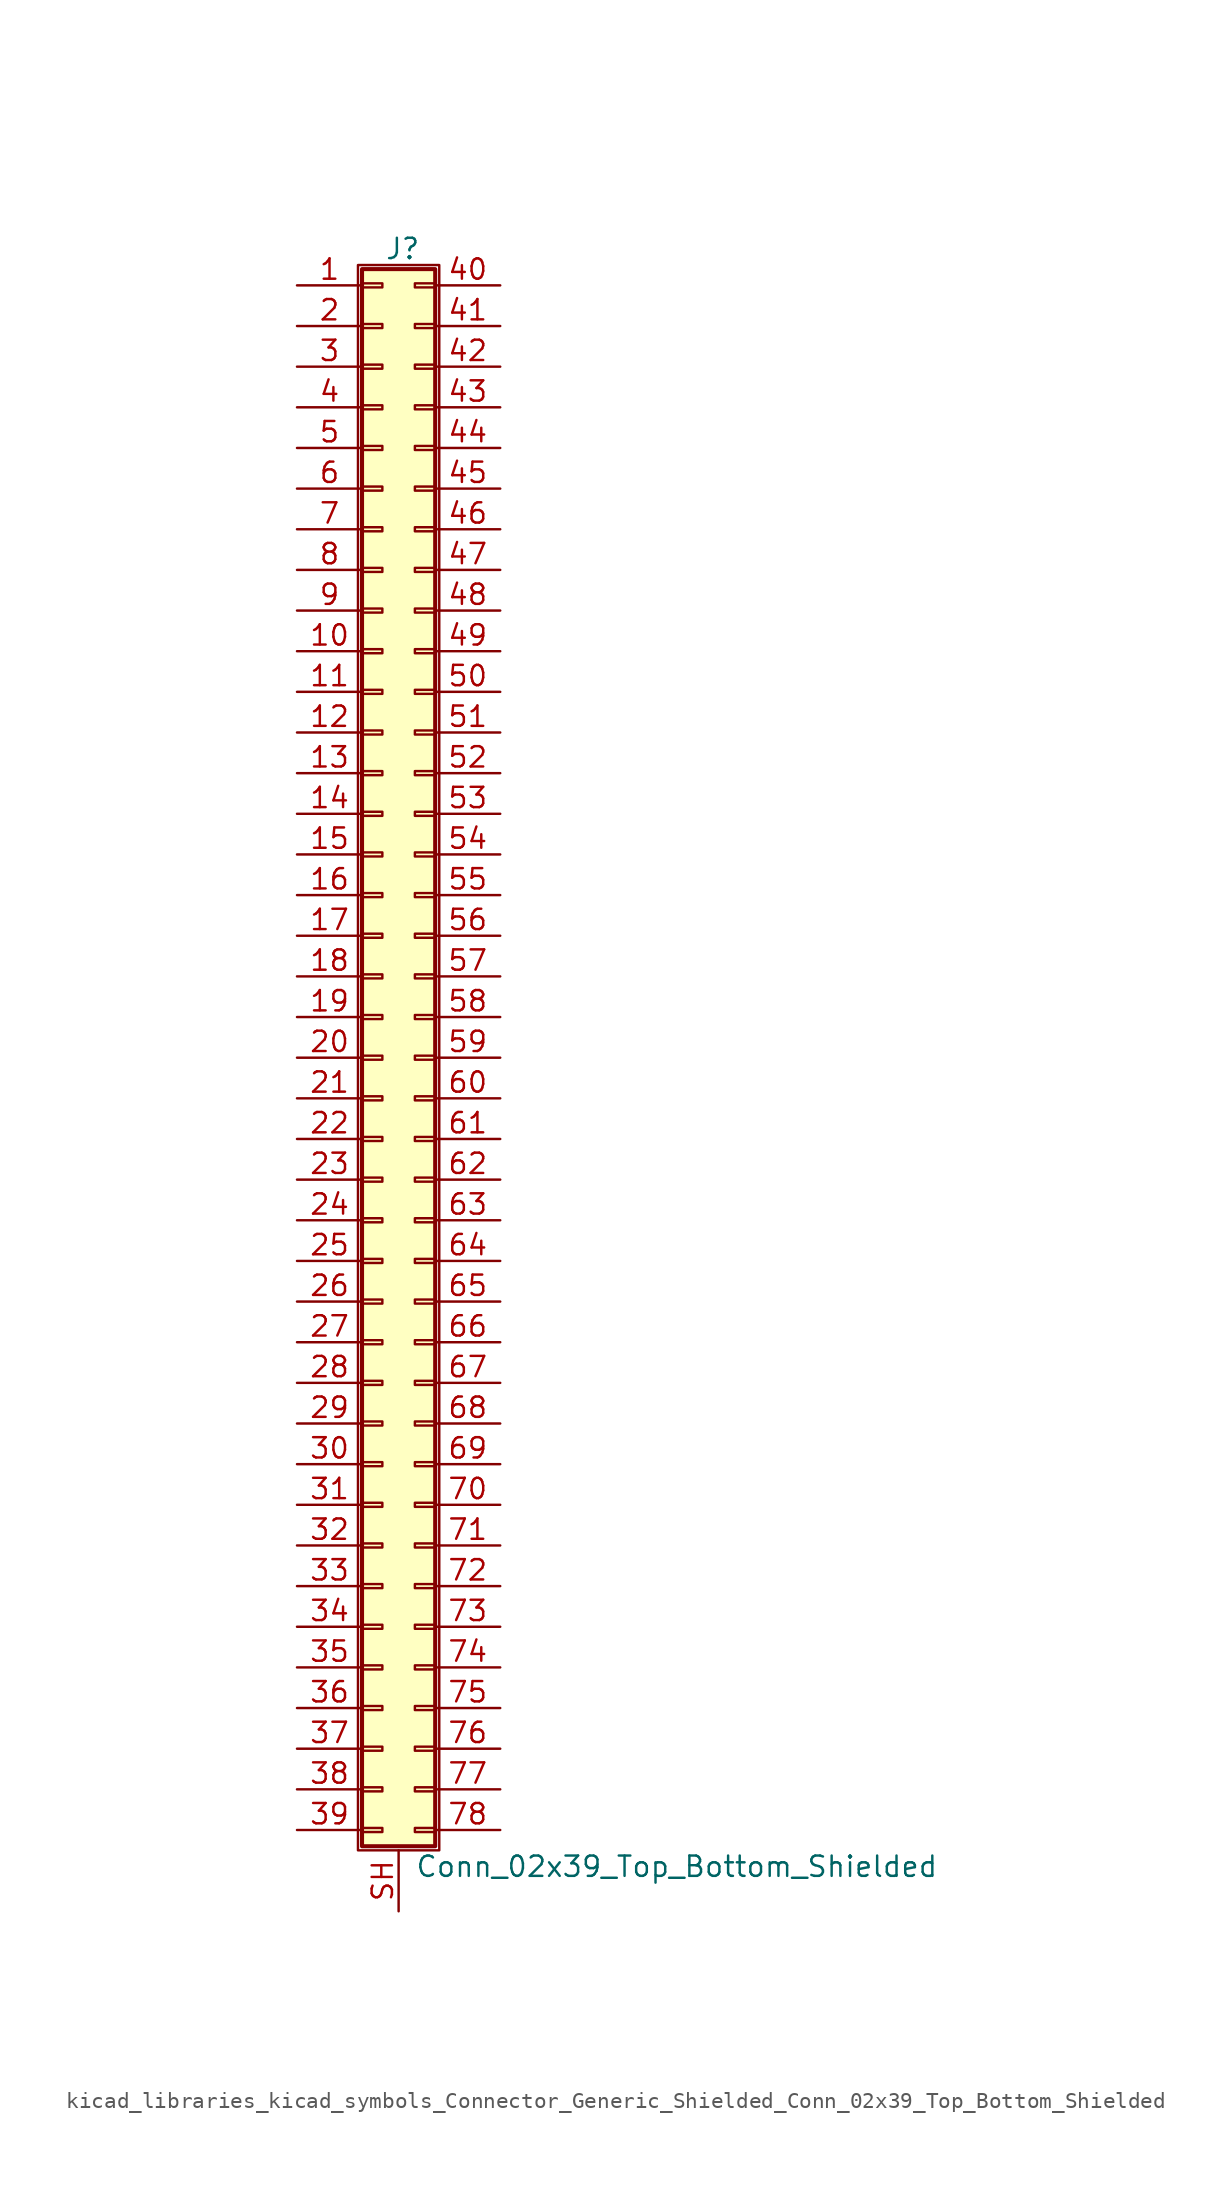
<source format=kicad_sym>
(kicad_symbol_lib
  (version 20220914)
  (generator kicad_symbol_editor)
  (symbol "kicad_libraries_kicad_symbols_Connector_Generic_Shielded_Conn_02x39_Top_Bottom_Shielded"
    (pin_names
      (offset 1.016) hide)
    (property "Reference" "J"
      (at 1.524 50.546 0)
      (effects (font (size 1.27 1.27))))
    (property "Value" "Conn_02x39_Top_Bottom_Shielded"
      (at 2.286 -50.546 0)
      (effects (font (size 1.27 1.27)) (justify left)))
    (symbol "kicad_libraries_kicad_symbols_Connector_Generic_Shielded_Conn_02x39_Top_Bottom_Shielded_1_1"
      (rectangle (start -1.27 49.53) (end 3.81 -49.53) (stroke (width 0.152) (type default)) (fill (type none)))
      (rectangle (start -1.016 -48.133) (end 0.254 -48.387) (stroke (width 0.152) (type default)) (fill (type none)))
      (rectangle (start -1.016 -45.593) (end 0.254 -45.847) (stroke (width 0.152) (type default)) (fill (type none)))
      (rectangle (start -1.016 -43.053) (end 0.254 -43.307) (stroke (width 0.152) (type default)) (fill (type none)))
      (rectangle (start -1.016 -40.513) (end 0.254 -40.767) (stroke (width 0.152) (type default)) (fill (type none)))
      (rectangle (start -1.016 -37.973) (end 0.254 -38.227) (stroke (width 0.152) (type default)) (fill (type none)))
      (rectangle (start -1.016 -35.433) (end 0.254 -35.687) (stroke (width 0.152) (type default)) (fill (type none)))
      (rectangle (start -1.016 -32.893) (end 0.254 -33.147) (stroke (width 0.152) (type default)) (fill (type none)))
      (rectangle (start -1.016 -30.353) (end 0.254 -30.607) (stroke (width 0.152) (type default)) (fill (type none)))
      (rectangle (start -1.016 -27.813) (end 0.254 -28.067) (stroke (width 0.152) (type default)) (fill (type none)))
      (rectangle (start -1.016 -25.273) (end 0.254 -25.527) (stroke (width 0.152) (type default)) (fill (type none)))
      (rectangle (start -1.016 -22.733) (end 0.254 -22.987) (stroke (width 0.152) (type default)) (fill (type none)))
      (rectangle (start -1.016 -20.193) (end 0.254 -20.447) (stroke (width 0.152) (type default)) (fill (type none)))
      (rectangle (start -1.016 -17.653) (end 0.254 -17.907) (stroke (width 0.152) (type default)) (fill (type none)))
      (rectangle (start -1.016 -15.113) (end 0.254 -15.367) (stroke (width 0.152) (type default)) (fill (type none)))
      (rectangle (start -1.016 -12.573) (end 0.254 -12.827) (stroke (width 0.152) (type default)) (fill (type none)))
      (rectangle (start -1.016 -10.033) (end 0.254 -10.287) (stroke (width 0.152) (type default)) (fill (type none)))
      (rectangle (start -1.016 -7.493) (end 0.254 -7.747) (stroke (width 0.152) (type default)) (fill (type none)))
      (rectangle (start -1.016 -4.953) (end 0.254 -5.207) (stroke (width 0.152) (type default)) (fill (type none)))
      (rectangle (start -1.016 -2.413) (end 0.254 -2.667) (stroke (width 0.152) (type default)) (fill (type none)))
      (rectangle (start -1.016 0.127) (end 0.254 -0.127) (stroke (width 0.152) (type default)) (fill (type none)))
      (rectangle (start -1.016 2.667) (end 0.254 2.413) (stroke (width 0.152) (type default)) (fill (type none)))
      (rectangle (start -1.016 5.207) (end 0.254 4.953) (stroke (width 0.152) (type default)) (fill (type none)))
      (rectangle (start -1.016 7.747) (end 0.254 7.493) (stroke (width 0.152) (type default)) (fill (type none)))
      (rectangle (start -1.016 10.287) (end 0.254 10.033) (stroke (width 0.152) (type default)) (fill (type none)))
      (rectangle (start -1.016 12.827) (end 0.254 12.573) (stroke (width 0.152) (type default)) (fill (type none)))
      (rectangle (start -1.016 15.367) (end 0.254 15.113) (stroke (width 0.152) (type default)) (fill (type none)))
      (rectangle (start -1.016 17.907) (end 0.254 17.653) (stroke (width 0.152) (type default)) (fill (type none)))
      (rectangle (start -1.016 20.447) (end 0.254 20.193) (stroke (width 0.152) (type default)) (fill (type none)))
      (rectangle (start -1.016 22.987) (end 0.254 22.733) (stroke (width 0.152) (type default)) (fill (type none)))
      (rectangle (start -1.016 25.527) (end 0.254 25.273) (stroke (width 0.152) (type default)) (fill (type none)))
      (rectangle (start -1.016 28.067) (end 0.254 27.813) (stroke (width 0.152) (type default)) (fill (type none)))
      (rectangle (start -1.016 30.607) (end 0.254 30.353) (stroke (width 0.152) (type default)) (fill (type none)))
      (rectangle (start -1.016 33.147) (end 0.254 32.893) (stroke (width 0.152) (type default)) (fill (type none)))
      (rectangle (start -1.016 35.687) (end 0.254 35.433) (stroke (width 0.152) (type default)) (fill (type none)))
      (rectangle (start -1.016 38.227) (end 0.254 37.973) (stroke (width 0.152) (type default)) (fill (type none)))
      (rectangle (start -1.016 40.767) (end 0.254 40.513) (stroke (width 0.152) (type default)) (fill (type none)))
      (rectangle (start -1.016 43.307) (end 0.254 43.053) (stroke (width 0.152) (type default)) (fill (type none)))
      (rectangle (start -1.016 45.847) (end 0.254 45.593) (stroke (width 0.152) (type default)) (fill (type none)))
      (rectangle (start -1.016 48.387) (end 0.254 48.133) (stroke (width 0.152) (type default)) (fill (type none)))
      (rectangle (start -1.016 49.276) (end 3.556 -49.276) (stroke (width 0.254) (type default)) (fill (type background)))
      (rectangle (start 3.556 -48.133) (end 2.286 -48.387) (stroke (width 0.152) (type default)) (fill (type none)))
      (rectangle (start 3.556 -45.593) (end 2.286 -45.847) (stroke (width 0.152) (type default)) (fill (type none)))
      (rectangle (start 3.556 -43.053) (end 2.286 -43.307) (stroke (width 0.152) (type default)) (fill (type none)))
      (rectangle (start 3.556 -40.513) (end 2.286 -40.767) (stroke (width 0.152) (type default)) (fill (type none)))
      (rectangle (start 3.556 -37.973) (end 2.286 -38.227) (stroke (width 0.152) (type default)) (fill (type none)))
      (rectangle (start 3.556 -35.433) (end 2.286 -35.687) (stroke (width 0.152) (type default)) (fill (type none)))
      (rectangle (start 3.556 -32.893) (end 2.286 -33.147) (stroke (width 0.152) (type default)) (fill (type none)))
      (rectangle (start 3.556 -30.353) (end 2.286 -30.607) (stroke (width 0.152) (type default)) (fill (type none)))
      (rectangle (start 3.556 -27.813) (end 2.286 -28.067) (stroke (width 0.152) (type default)) (fill (type none)))
      (rectangle (start 3.556 -25.273) (end 2.286 -25.527) (stroke (width 0.152) (type default)) (fill (type none)))
      (rectangle (start 3.556 -22.733) (end 2.286 -22.987) (stroke (width 0.152) (type default)) (fill (type none)))
      (rectangle (start 3.556 -20.193) (end 2.286 -20.447) (stroke (width 0.152) (type default)) (fill (type none)))
      (rectangle (start 3.556 -17.653) (end 2.286 -17.907) (stroke (width 0.152) (type default)) (fill (type none)))
      (rectangle (start 3.556 -15.113) (end 2.286 -15.367) (stroke (width 0.152) (type default)) (fill (type none)))
      (rectangle (start 3.556 -12.573) (end 2.286 -12.827) (stroke (width 0.152) (type default)) (fill (type none)))
      (rectangle (start 3.556 -10.033) (end 2.286 -10.287) (stroke (width 0.152) (type default)) (fill (type none)))
      (rectangle (start 3.556 -7.493) (end 2.286 -7.747) (stroke (width 0.152) (type default)) (fill (type none)))
      (rectangle (start 3.556 -4.953) (end 2.286 -5.207) (stroke (width 0.152) (type default)) (fill (type none)))
      (rectangle (start 3.556 -2.413) (end 2.286 -2.667) (stroke (width 0.152) (type default)) (fill (type none)))
      (rectangle (start 3.556 0.127) (end 2.286 -0.127) (stroke (width 0.152) (type default)) (fill (type none)))
      (rectangle (start 3.556 2.667) (end 2.286 2.413) (stroke (width 0.152) (type default)) (fill (type none)))
      (rectangle (start 3.556 5.207) (end 2.286 4.953) (stroke (width 0.152) (type default)) (fill (type none)))
      (rectangle (start 3.556 7.747) (end 2.286 7.493) (stroke (width 0.152) (type default)) (fill (type none)))
      (rectangle (start 3.556 10.287) (end 2.286 10.033) (stroke (width 0.152) (type default)) (fill (type none)))
      (rectangle (start 3.556 12.827) (end 2.286 12.573) (stroke (width 0.152) (type default)) (fill (type none)))
      (rectangle (start 3.556 15.367) (end 2.286 15.113) (stroke (width 0.152) (type default)) (fill (type none)))
      (rectangle (start 3.556 17.907) (end 2.286 17.653) (stroke (width 0.152) (type default)) (fill (type none)))
      (rectangle (start 3.556 20.447) (end 2.286 20.193) (stroke (width 0.152) (type default)) (fill (type none)))
      (rectangle (start 3.556 22.987) (end 2.286 22.733) (stroke (width 0.152) (type default)) (fill (type none)))
      (rectangle (start 3.556 25.527) (end 2.286 25.273) (stroke (width 0.152) (type default)) (fill (type none)))
      (rectangle (start 3.556 28.067) (end 2.286 27.813) (stroke (width 0.152) (type default)) (fill (type none)))
      (rectangle (start 3.556 30.607) (end 2.286 30.353) (stroke (width 0.152) (type default)) (fill (type none)))
      (rectangle (start 3.556 33.147) (end 2.286 32.893) (stroke (width 0.152) (type default)) (fill (type none)))
      (rectangle (start 3.556 35.687) (end 2.286 35.433) (stroke (width 0.152) (type default)) (fill (type none)))
      (rectangle (start 3.556 38.227) (end 2.286 37.973) (stroke (width 0.152) (type default)) (fill (type none)))
      (rectangle (start 3.556 40.767) (end 2.286 40.513) (stroke (width 0.152) (type default)) (fill (type none)))
      (rectangle (start 3.556 43.307) (end 2.286 43.053) (stroke (width 0.152) (type default)) (fill (type none)))
      (rectangle (start 3.556 45.847) (end 2.286 45.593) (stroke (width 0.152) (type default)) (fill (type none)))
      (rectangle (start 3.556 48.387) (end 2.286 48.133) (stroke (width 0.152) (type default)) (fill (type none)))
      (pin passive line (at -5.08 48.26 0) (length 4.064) (name "Pin_1" (effects (font (size 1.27 1.27)))) (number "1" (effects (font (size 1.27 1.27)))))
      (pin passive line (at -5.08 25.4 0) (length 4.064) (name "Pin_10" (effects (font (size 1.27 1.27)))) (number "10" (effects (font (size 1.27 1.27)))))
      (pin passive line (at -5.08 22.86 0) (length 4.064) (name "Pin_11" (effects (font (size 1.27 1.27)))) (number "11" (effects (font (size 1.27 1.27)))))
      (pin passive line (at -5.08 20.32 0) (length 4.064) (name "Pin_12" (effects (font (size 1.27 1.27)))) (number "12" (effects (font (size 1.27 1.27)))))
      (pin passive line (at -5.08 17.78 0) (length 4.064) (name "Pin_13" (effects (font (size 1.27 1.27)))) (number "13" (effects (font (size 1.27 1.27)))))
      (pin passive line (at -5.08 15.24 0) (length 4.064) (name "Pin_14" (effects (font (size 1.27 1.27)))) (number "14" (effects (font (size 1.27 1.27)))))
      (pin passive line (at -5.08 12.7 0) (length 4.064) (name "Pin_15" (effects (font (size 1.27 1.27)))) (number "15" (effects (font (size 1.27 1.27)))))
      (pin passive line (at -5.08 10.16 0) (length 4.064) (name "Pin_16" (effects (font (size 1.27 1.27)))) (number "16" (effects (font (size 1.27 1.27)))))
      (pin passive line (at -5.08 7.62 0) (length 4.064) (name "Pin_17" (effects (font (size 1.27 1.27)))) (number "17" (effects (font (size 1.27 1.27)))))
      (pin passive line (at -5.08 5.08 0) (length 4.064) (name "Pin_18" (effects (font (size 1.27 1.27)))) (number "18" (effects (font (size 1.27 1.27)))))
      (pin passive line (at -5.08 2.54 0) (length 4.064) (name "Pin_19" (effects (font (size 1.27 1.27)))) (number "19" (effects (font (size 1.27 1.27)))))
      (pin passive line (at -5.08 45.72 0) (length 4.064) (name "Pin_2" (effects (font (size 1.27 1.27)))) (number "2" (effects (font (size 1.27 1.27)))))
      (pin passive line (at -5.08 0 0) (length 4.064) (name "Pin_20" (effects (font (size 1.27 1.27)))) (number "20" (effects (font (size 1.27 1.27)))))
      (pin passive line (at -5.08 -2.54 0) (length 4.064) (name "Pin_21" (effects (font (size 1.27 1.27)))) (number "21" (effects (font (size 1.27 1.27)))))
      (pin passive line (at -5.08 -5.08 0) (length 4.064) (name "Pin_22" (effects (font (size 1.27 1.27)))) (number "22" (effects (font (size 1.27 1.27)))))
      (pin passive line (at -5.08 -7.62 0) (length 4.064) (name "Pin_23" (effects (font (size 1.27 1.27)))) (number "23" (effects (font (size 1.27 1.27)))))
      (pin passive line (at -5.08 -10.16 0) (length 4.064) (name "Pin_24" (effects (font (size 1.27 1.27)))) (number "24" (effects (font (size 1.27 1.27)))))
      (pin passive line (at -5.08 -12.7 0) (length 4.064) (name "Pin_25" (effects (font (size 1.27 1.27)))) (number "25" (effects (font (size 1.27 1.27)))))
      (pin passive line (at -5.08 -15.24 0) (length 4.064) (name "Pin_26" (effects (font (size 1.27 1.27)))) (number "26" (effects (font (size 1.27 1.27)))))
      (pin passive line (at -5.08 -17.78 0) (length 4.064) (name "Pin_27" (effects (font (size 1.27 1.27)))) (number "27" (effects (font (size 1.27 1.27)))))
      (pin passive line (at -5.08 -20.32 0) (length 4.064) (name "Pin_28" (effects (font (size 1.27 1.27)))) (number "28" (effects (font (size 1.27 1.27)))))
      (pin passive line (at -5.08 -22.86 0) (length 4.064) (name "Pin_29" (effects (font (size 1.27 1.27)))) (number "29" (effects (font (size 1.27 1.27)))))
      (pin passive line (at -5.08 43.18 0) (length 4.064) (name "Pin_3" (effects (font (size 1.27 1.27)))) (number "3" (effects (font (size 1.27 1.27)))))
      (pin passive line (at -5.08 -25.4 0) (length 4.064) (name "Pin_30" (effects (font (size 1.27 1.27)))) (number "30" (effects (font (size 1.27 1.27)))))
      (pin passive line (at -5.08 -27.94 0) (length 4.064) (name "Pin_31" (effects (font (size 1.27 1.27)))) (number "31" (effects (font (size 1.27 1.27)))))
      (pin passive line (at -5.08 -30.48 0) (length 4.064) (name "Pin_32" (effects (font (size 1.27 1.27)))) (number "32" (effects (font (size 1.27 1.27)))))
      (pin passive line (at -5.08 -33.02 0) (length 4.064) (name "Pin_33" (effects (font (size 1.27 1.27)))) (number "33" (effects (font (size 1.27 1.27)))))
      (pin passive line (at -5.08 -35.56 0) (length 4.064) (name "Pin_34" (effects (font (size 1.27 1.27)))) (number "34" (effects (font (size 1.27 1.27)))))
      (pin passive line (at -5.08 -38.1 0) (length 4.064) (name "Pin_35" (effects (font (size 1.27 1.27)))) (number "35" (effects (font (size 1.27 1.27)))))
      (pin passive line (at -5.08 -40.64 0) (length 4.064) (name "Pin_36" (effects (font (size 1.27 1.27)))) (number "36" (effects (font (size 1.27 1.27)))))
      (pin passive line (at -5.08 -43.18 0) (length 4.064) (name "Pin_37" (effects (font (size 1.27 1.27)))) (number "37" (effects (font (size 1.27 1.27)))))
      (pin passive line (at -5.08 -45.72 0) (length 4.064) (name "Pin_38" (effects (font (size 1.27 1.27)))) (number "38" (effects (font (size 1.27 1.27)))))
      (pin passive line (at -5.08 -48.26 0) (length 4.064) (name "Pin_39" (effects (font (size 1.27 1.27)))) (number "39" (effects (font (size 1.27 1.27)))))
      (pin passive line (at -5.08 40.64 0) (length 4.064) (name "Pin_4" (effects (font (size 1.27 1.27)))) (number "4" (effects (font (size 1.27 1.27)))))
      (pin passive line (at 7.62 48.26 180) (length 4.064) (name "Pin_40" (effects (font (size 1.27 1.27)))) (number "40" (effects (font (size 1.27 1.27)))))
      (pin passive line (at 7.62 45.72 180) (length 4.064) (name "Pin_41" (effects (font (size 1.27 1.27)))) (number "41" (effects (font (size 1.27 1.27)))))
      (pin passive line (at 7.62 43.18 180) (length 4.064) (name "Pin_42" (effects (font (size 1.27 1.27)))) (number "42" (effects (font (size 1.27 1.27)))))
      (pin passive line (at 7.62 40.64 180) (length 4.064) (name "Pin_43" (effects (font (size 1.27 1.27)))) (number "43" (effects (font (size 1.27 1.27)))))
      (pin passive line (at 7.62 38.1 180) (length 4.064) (name "Pin_44" (effects (font (size 1.27 1.27)))) (number "44" (effects (font (size 1.27 1.27)))))
      (pin passive line (at 7.62 35.56 180) (length 4.064) (name "Pin_45" (effects (font (size 1.27 1.27)))) (number "45" (effects (font (size 1.27 1.27)))))
      (pin passive line (at 7.62 33.02 180) (length 4.064) (name "Pin_46" (effects (font (size 1.27 1.27)))) (number "46" (effects (font (size 1.27 1.27)))))
      (pin passive line (at 7.62 30.48 180) (length 4.064) (name "Pin_47" (effects (font (size 1.27 1.27)))) (number "47" (effects (font (size 1.27 1.27)))))
      (pin passive line (at 7.62 27.94 180) (length 4.064) (name "Pin_48" (effects (font (size 1.27 1.27)))) (number "48" (effects (font (size 1.27 1.27)))))
      (pin passive line (at 7.62 25.4 180) (length 4.064) (name "Pin_49" (effects (font (size 1.27 1.27)))) (number "49" (effects (font (size 1.27 1.27)))))
      (pin passive line (at -5.08 38.1 0) (length 4.064) (name "Pin_5" (effects (font (size 1.27 1.27)))) (number "5" (effects (font (size 1.27 1.27)))))
      (pin passive line (at 7.62 22.86 180) (length 4.064) (name "Pin_50" (effects (font (size 1.27 1.27)))) (number "50" (effects (font (size 1.27 1.27)))))
      (pin passive line (at 7.62 20.32 180) (length 4.064) (name "Pin_51" (effects (font (size 1.27 1.27)))) (number "51" (effects (font (size 1.27 1.27)))))
      (pin passive line (at 7.62 17.78 180) (length 4.064) (name "Pin_52" (effects (font (size 1.27 1.27)))) (number "52" (effects (font (size 1.27 1.27)))))
      (pin passive line (at 7.62 15.24 180) (length 4.064) (name "Pin_53" (effects (font (size 1.27 1.27)))) (number "53" (effects (font (size 1.27 1.27)))))
      (pin passive line (at 7.62 12.7 180) (length 4.064) (name "Pin_54" (effects (font (size 1.27 1.27)))) (number "54" (effects (font (size 1.27 1.27)))))
      (pin passive line (at 7.62 10.16 180) (length 4.064) (name "Pin_55" (effects (font (size 1.27 1.27)))) (number "55" (effects (font (size 1.27 1.27)))))
      (pin passive line (at 7.62 7.62 180) (length 4.064) (name "Pin_56" (effects (font (size 1.27 1.27)))) (number "56" (effects (font (size 1.27 1.27)))))
      (pin passive line (at 7.62 5.08 180) (length 4.064) (name "Pin_57" (effects (font (size 1.27 1.27)))) (number "57" (effects (font (size 1.27 1.27)))))
      (pin passive line (at 7.62 2.54 180) (length 4.064) (name "Pin_58" (effects (font (size 1.27 1.27)))) (number "58" (effects (font (size 1.27 1.27)))))
      (pin passive line (at 7.62 0 180) (length 4.064) (name "Pin_59" (effects (font (size 1.27 1.27)))) (number "59" (effects (font (size 1.27 1.27)))))
      (pin passive line (at -5.08 35.56 0) (length 4.064) (name "Pin_6" (effects (font (size 1.27 1.27)))) (number "6" (effects (font (size 1.27 1.27)))))
      (pin passive line (at 7.62 -2.54 180) (length 4.064) (name "Pin_60" (effects (font (size 1.27 1.27)))) (number "60" (effects (font (size 1.27 1.27)))))
      (pin passive line (at 7.62 -5.08 180) (length 4.064) (name "Pin_61" (effects (font (size 1.27 1.27)))) (number "61" (effects (font (size 1.27 1.27)))))
      (pin passive line (at 7.62 -7.62 180) (length 4.064) (name "Pin_62" (effects (font (size 1.27 1.27)))) (number "62" (effects (font (size 1.27 1.27)))))
      (pin passive line (at 7.62 -10.16 180) (length 4.064) (name "Pin_63" (effects (font (size 1.27 1.27)))) (number "63" (effects (font (size 1.27 1.27)))))
      (pin passive line (at 7.62 -12.7 180) (length 4.064) (name "Pin_64" (effects (font (size 1.27 1.27)))) (number "64" (effects (font (size 1.27 1.27)))))
      (pin passive line (at 7.62 -15.24 180) (length 4.064) (name "Pin_65" (effects (font (size 1.27 1.27)))) (number "65" (effects (font (size 1.27 1.27)))))
      (pin passive line (at 7.62 -17.78 180) (length 4.064) (name "Pin_66" (effects (font (size 1.27 1.27)))) (number "66" (effects (font (size 1.27 1.27)))))
      (pin passive line (at 7.62 -20.32 180) (length 4.064) (name "Pin_67" (effects (font (size 1.27 1.27)))) (number "67" (effects (font (size 1.27 1.27)))))
      (pin passive line (at 7.62 -22.86 180) (length 4.064) (name "Pin_68" (effects (font (size 1.27 1.27)))) (number "68" (effects (font (size 1.27 1.27)))))
      (pin passive line (at 7.62 -25.4 180) (length 4.064) (name "Pin_69" (effects (font (size 1.27 1.27)))) (number "69" (effects (font (size 1.27 1.27)))))
      (pin passive line (at -5.08 33.02 0) (length 4.064) (name "Pin_7" (effects (font (size 1.27 1.27)))) (number "7" (effects (font (size 1.27 1.27)))))
      (pin passive line (at 7.62 -27.94 180) (length 4.064) (name "Pin_70" (effects (font (size 1.27 1.27)))) (number "70" (effects (font (size 1.27 1.27)))))
      (pin passive line (at 7.62 -30.48 180) (length 4.064) (name "Pin_71" (effects (font (size 1.27 1.27)))) (number "71" (effects (font (size 1.27 1.27)))))
      (pin passive line (at 7.62 -33.02 180) (length 4.064) (name "Pin_72" (effects (font (size 1.27 1.27)))) (number "72" (effects (font (size 1.27 1.27)))))
      (pin passive line (at 7.62 -35.56 180) (length 4.064) (name "Pin_73" (effects (font (size 1.27 1.27)))) (number "73" (effects (font (size 1.27 1.27)))))
      (pin passive line (at 7.62 -38.1 180) (length 4.064) (name "Pin_74" (effects (font (size 1.27 1.27)))) (number "74" (effects (font (size 1.27 1.27)))))
      (pin passive line (at 7.62 -40.64 180) (length 4.064) (name "Pin_75" (effects (font (size 1.27 1.27)))) (number "75" (effects (font (size 1.27 1.27)))))
      (pin passive line (at 7.62 -43.18 180) (length 4.064) (name "Pin_76" (effects (font (size 1.27 1.27)))) (number "76" (effects (font (size 1.27 1.27)))))
      (pin passive line (at 7.62 -45.72 180) (length 4.064) (name "Pin_77" (effects (font (size 1.27 1.27)))) (number "77" (effects (font (size 1.27 1.27)))))
      (pin passive line (at 7.62 -48.26 180) (length 4.064) (name "Pin_78" (effects (font (size 1.27 1.27)))) (number "78" (effects (font (size 1.27 1.27)))))
      (pin passive line (at -5.08 30.48 0) (length 4.064) (name "Pin_8" (effects (font (size 1.27 1.27)))) (number "8" (effects (font (size 1.27 1.27)))))
      (pin passive line (at -5.08 27.94 0) (length 4.064) (name "Pin_9" (effects (font (size 1.27 1.27)))) (number "9" (effects (font (size 1.27 1.27)))))
      (pin passive line (at 1.27 -53.34 90) (length 3.81) (name "Shield" (effects (font (size 1.27 1.27)))) (number "SH" (effects (font (size 1.27 1.27))))))))
</source>
